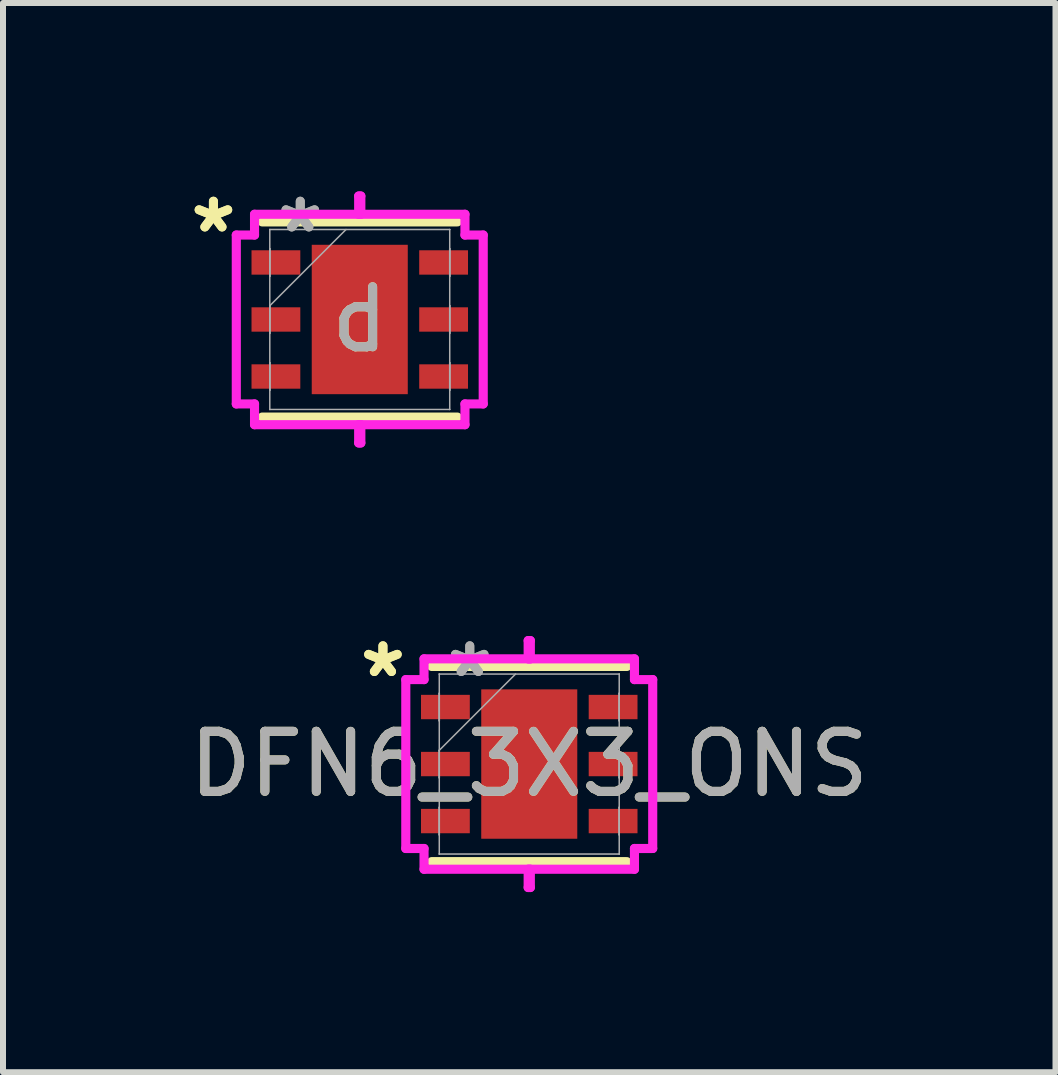
<source format=kicad_pcb>
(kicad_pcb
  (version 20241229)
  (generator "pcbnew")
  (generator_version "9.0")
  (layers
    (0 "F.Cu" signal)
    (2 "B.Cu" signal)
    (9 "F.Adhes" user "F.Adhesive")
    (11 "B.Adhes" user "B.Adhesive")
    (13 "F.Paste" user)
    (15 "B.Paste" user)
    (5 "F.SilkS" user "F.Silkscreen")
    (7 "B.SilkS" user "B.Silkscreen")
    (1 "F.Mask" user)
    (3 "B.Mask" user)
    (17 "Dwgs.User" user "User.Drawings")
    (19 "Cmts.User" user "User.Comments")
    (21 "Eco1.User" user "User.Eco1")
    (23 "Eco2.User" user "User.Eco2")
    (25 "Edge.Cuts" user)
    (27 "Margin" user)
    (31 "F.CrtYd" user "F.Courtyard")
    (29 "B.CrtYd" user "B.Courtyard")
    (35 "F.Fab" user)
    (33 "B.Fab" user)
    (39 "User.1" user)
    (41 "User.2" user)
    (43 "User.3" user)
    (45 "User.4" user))
  (footprint "d"
    (layer "F.Cu")
    (at 2.944 2.273)
    (property "Reference" "d" (at 0 0 0) (unlocked yes) (layer "F.SilkS") (effects (font (size 1 1) (thickness 0.15))))
    (attr smd)
    (fp_line (start -1.626 1.626) (end 1.626 1.626) (stroke (width 0.152) (type solid)) (layer "F.SilkS"))
    (fp_line (start 1.626 -1.626) (end -1.626 -1.626) (stroke (width 0.152) (type solid)) (layer "F.SilkS"))
    (fp_line (start -2.057 -1.407) (end -1.753 -1.407) (stroke (width 0.152) (type solid)) (layer "F.CrtYd"))
    (fp_line (start -2.057 1.407) (end -2.057 -1.407) (stroke (width 0.152) (type solid)) (layer "F.CrtYd"))
    (fp_line (start -1.753 -1.753) (end 0.018 -1.753) (stroke (width 0.152) (type solid)) (layer "F.CrtYd"))
    (fp_line (start -1.753 -1.407) (end -1.753 -1.753) (stroke (width 0.152) (type solid)) (layer "F.CrtYd"))
    (fp_line (start -1.753 1.407) (end -2.057 1.407) (stroke (width 0.152) (type solid)) (layer "F.CrtYd"))
    (fp_line (start -1.753 1.753) (end -1.753 1.407) (stroke (width 0.152) (type solid)) (layer "F.CrtYd"))
    (fp_line (start -0.018 -2.057) (end -0.018 -1.753) (stroke (width 0.152) (type solid)) (layer "F.CrtYd"))
    (fp_line (start -0.018 -1.753) (end 1.753 -1.753) (stroke (width 0.152) (type solid)) (layer "F.CrtYd"))
    (fp_line (start -0.018 1.753) (end -0.018 2.057) (stroke (width 0.152) (type solid)) (layer "F.CrtYd"))
    (fp_line (start -0.018 2.057) (end 0.018 2.057) (stroke (width 0.152) (type solid)) (layer "F.CrtYd"))
    (fp_line (start 0.018 -2.057) (end -0.018 -2.057) (stroke (width 0.152) (type solid)) (layer "F.CrtYd"))
    (fp_line (start 0.018 -1.753) (end 0.018 -2.057) (stroke (width 0.152) (type solid)) (layer "F.CrtYd"))
    (fp_line (start 0.018 1.753) (end -1.753 1.753) (stroke (width 0.152) (type solid)) (layer "F.CrtYd"))
    (fp_line (start 0.018 2.057) (end 0.018 1.753) (stroke (width 0.152) (type solid)) (layer "F.CrtYd"))
    (fp_line (start 1.753 -1.753) (end 1.753 -1.407) (stroke (width 0.152) (type solid)) (layer "F.CrtYd"))
    (fp_line (start 1.753 -1.407) (end 2.057 -1.407) (stroke (width 0.152) (type solid)) (layer "F.CrtYd"))
    (fp_line (start 1.753 1.407) (end 1.753 1.753) (stroke (width 0.152) (type solid)) (layer "F.CrtYd"))
    (fp_line (start 1.753 1.753) (end -0.018 1.753) (stroke (width 0.152) (type solid)) (layer "F.CrtYd"))
    (fp_line (start 2.057 -1.407) (end 2.057 1.407) (stroke (width 0.152) (type solid)) (layer "F.CrtYd"))
    (fp_line (start 2.057 1.407) (end 1.753 1.407) (stroke (width 0.152) (type solid)) (layer "F.CrtYd"))
    (fp_line (start -1.499 -1.499) (end -1.499 -1.499) (stroke (width 0.025) (type solid)) (layer "F.Fab"))
    (fp_line (start -1.499 -1.499) (end -1.499 1.499) (stroke (width 0.025) (type solid)) (layer "F.Fab"))
    (fp_line (start -1.499 -1.179) (end -1.499 -1.179) (stroke (width 0.025) (type solid)) (layer "F.Fab"))
    (fp_line (start -1.499 -1.179) (end -1.499 -0.721) (stroke (width 0.025) (type solid)) (layer "F.Fab"))
    (fp_line (start -1.499 -0.721) (end -1.499 -1.179) (stroke (width 0.025) (type solid)) (layer "F.Fab"))
    (fp_line (start -1.499 -0.721) (end -1.499 -0.721) (stroke (width 0.025) (type solid)) (layer "F.Fab"))
    (fp_line (start -1.499 -0.229) (end -1.499 -0.229) (stroke (width 0.025) (type solid)) (layer "F.Fab"))
    (fp_line (start -1.499 -0.229) (end -1.499 0.229) (stroke (width 0.025) (type solid)) (layer "F.Fab"))
    (fp_line (start -1.499 -0.229) (end -0.229 -1.499) (stroke (width 0.025) (type solid)) (layer "F.Fab"))
    (fp_line (start -1.499 0.229) (end -1.499 -0.229) (stroke (width 0.025) (type solid)) (layer "F.Fab"))
    (fp_line (start -1.499 0.229) (end -1.499 0.229) (stroke (width 0.025) (type solid)) (layer "F.Fab"))
    (fp_line (start -1.499 0.721) (end -1.499 0.721) (stroke (width 0.025) (type solid)) (layer "F.Fab"))
    (fp_line (start -1.499 0.721) (end -1.499 1.179) (stroke (width 0.025) (type solid)) (layer "F.Fab"))
    (fp_line (start -1.499 1.179) (end -1.499 0.721) (stroke (width 0.025) (type solid)) (layer "F.Fab"))
    (fp_line (start -1.499 1.179) (end -1.499 1.179) (stroke (width 0.025) (type solid)) (layer "F.Fab"))
    (fp_line (start -1.499 1.499) (end -1.499 1.499) (stroke (width 0.025) (type solid)) (layer "F.Fab"))
    (fp_line (start -1.499 1.499) (end 1.499 1.499) (stroke (width 0.025) (type solid)) (layer "F.Fab"))
    (fp_line (start 1.499 -1.499) (end -1.499 -1.499) (stroke (width 0.025) (type solid)) (layer "F.Fab"))
    (fp_line (start 1.499 -1.499) (end 1.499 -1.499) (stroke (width 0.025) (type solid)) (layer "F.Fab"))
    (fp_line (start 1.499 -1.179) (end 1.499 -1.179) (stroke (width 0.025) (type solid)) (layer "F.Fab"))
    (fp_line (start 1.499 -1.179) (end 1.499 -0.721) (stroke (width 0.025) (type solid)) (layer "F.Fab"))
    (fp_line (start 1.499 -0.721) (end 1.499 -1.179) (stroke (width 0.025) (type solid)) (layer "F.Fab"))
    (fp_line (start 1.499 -0.721) (end 1.499 -0.721) (stroke (width 0.025) (type solid)) (layer "F.Fab"))
    (fp_line (start 1.499 -0.229) (end 1.499 -0.229) (stroke (width 0.025) (type solid)) (layer "F.Fab"))
    (fp_line (start 1.499 -0.229) (end 1.499 0.229) (stroke (width 0.025) (type solid)) (layer "F.Fab"))
    (fp_line (start 1.499 0.229) (end 1.499 -0.229) (stroke (width 0.025) (type solid)) (layer "F.Fab"))
    (fp_line (start 1.499 0.229) (end 1.499 0.229) (stroke (width 0.025) (type solid)) (layer "F.Fab"))
    (fp_line (start 1.499 0.721) (end 1.499 0.721) (stroke (width 0.025) (type solid)) (layer "F.Fab"))
    (fp_line (start 1.499 0.721) (end 1.499 1.179) (stroke (width 0.025) (type solid)) (layer "F.Fab"))
    (fp_line (start 1.499 1.179) (end 1.499 0.721) (stroke (width 0.025) (type solid)) (layer "F.Fab"))
    (fp_line (start 1.499 1.179) (end 1.499 1.179) (stroke (width 0.025) (type solid)) (layer "F.Fab"))
    (fp_line (start 1.499 1.499) (end 1.499 -1.499) (stroke (width 0.025) (type solid)) (layer "F.Fab"))
    (fp_line (start 1.499 1.499) (end 1.499 1.499) (stroke (width 0.025) (type solid)) (layer "F.Fab"))
    (fp_text user "*" (at -2.438 -1.425 0) (unlocked yes) (layer "F.SilkS") (effects (font (size 1 1) (thickness 0.15))))
    (fp_text user "*" (at -2.438 -1.425 0) (layer "F.SilkS") (effects (font (size 1 1) (thickness 0.15))))
    (fp_text user "*" (at -0.991 -1.425 0) (unlocked yes) (layer "F.Fab") (effects (font (size 1 1) (thickness 0.15))))
    (fp_text user "*" (at -0.991 -1.425 0) (layer "F.Fab") (effects (font (size 1 1) (thickness 0.15))))
    (fp_text user "${REFERENCE}" (at 0 0 0) (unlocked yes) (layer "F.Fab") (effects (font (size 1 1) (thickness 0.15))))
    (pad "1" smd rect (at -1.397 -0.95 90) (size 0.406 0.813) (layers "F.Cu" "F.Mask" "F.Paste"))
    (pad "2" smd rect (at -1.397 0 90) (size 0.406 0.813) (layers "F.Cu" "F.Mask" "F.Paste"))
    (pad "3" smd rect (at -1.397 0.95 90) (size 0.406 0.813) (layers "F.Cu" "F.Mask" "F.Paste"))
    (pad "4" smd rect (at 1.397 0.95 90) (size 0.406 0.813) (layers "F.Cu" "F.Mask" "F.Paste"))
    (pad "5" smd rect (at 1.397 0 90) (size 0.406 0.813) (layers "F.Cu" "F.Mask" "F.Paste"))
    (pad "6" smd rect (at 1.397 -0.95 90) (size 0.406 0.813) (layers "F.Cu" "F.Mask" "F.Paste"))
    (pad "7" smd rect (at 0 0) (size 1.6 2.489) (layers "F.Cu" "F.Mask" "F.Paste")))
  (footprint "DFN6_3X3_ONS"
    (layer "F.Cu")
    (at 5.768 9.68)
    (property "Reference" "DFN6_3X3_ONS" (at 0 0 0) (unlocked yes) (layer "F.SilkS") (effects (font (size 1 1) (thickness 0.15))))
    (attr smd)
    (fp_line (start -1.626 1.626) (end 1.626 1.626) (stroke (width 0.152) (type solid)) (layer "F.SilkS"))
    (fp_line (start 1.626 -1.626) (end -1.626 -1.626) (stroke (width 0.152) (type solid)) (layer "F.SilkS"))
    (fp_line (start -2.057 -1.407) (end -1.753 -1.407) (stroke (width 0.152) (type solid)) (layer "F.CrtYd"))
    (fp_line (start -2.057 1.407) (end -2.057 -1.407) (stroke (width 0.152) (type solid)) (layer "F.CrtYd"))
    (fp_line (start -1.753 -1.753) (end 0.018 -1.753) (stroke (width 0.152) (type solid)) (layer "F.CrtYd"))
    (fp_line (start -1.753 -1.407) (end -1.753 -1.753) (stroke (width 0.152) (type solid)) (layer "F.CrtYd"))
    (fp_line (start -1.753 1.407) (end -2.057 1.407) (stroke (width 0.152) (type solid)) (layer "F.CrtYd"))
    (fp_line (start -1.753 1.753) (end -1.753 1.407) (stroke (width 0.152) (type solid)) (layer "F.CrtYd"))
    (fp_line (start -0.018 -2.057) (end -0.018 -1.753) (stroke (width 0.152) (type solid)) (layer "F.CrtYd"))
    (fp_line (start -0.018 -1.753) (end 1.753 -1.753) (stroke (width 0.152) (type solid)) (layer "F.CrtYd"))
    (fp_line (start -0.018 1.753) (end -0.018 2.057) (stroke (width 0.152) (type solid)) (layer "F.CrtYd"))
    (fp_line (start -0.018 2.057) (end 0.018 2.057) (stroke (width 0.152) (type solid)) (layer "F.CrtYd"))
    (fp_line (start 0.018 -2.057) (end -0.018 -2.057) (stroke (width 0.152) (type solid)) (layer "F.CrtYd"))
    (fp_line (start 0.018 -1.753) (end 0.018 -2.057) (stroke (width 0.152) (type solid)) (layer "F.CrtYd"))
    (fp_line (start 0.018 1.753) (end -1.753 1.753) (stroke (width 0.152) (type solid)) (layer "F.CrtYd"))
    (fp_line (start 0.018 2.057) (end 0.018 1.753) (stroke (width 0.152) (type solid)) (layer "F.CrtYd"))
    (fp_line (start 1.753 -1.753) (end 1.753 -1.407) (stroke (width 0.152) (type solid)) (layer "F.CrtYd"))
    (fp_line (start 1.753 -1.407) (end 2.057 -1.407) (stroke (width 0.152) (type solid)) (layer "F.CrtYd"))
    (fp_line (start 1.753 1.407) (end 1.753 1.753) (stroke (width 0.152) (type solid)) (layer "F.CrtYd"))
    (fp_line (start 1.753 1.753) (end -0.018 1.753) (stroke (width 0.152) (type solid)) (layer "F.CrtYd"))
    (fp_line (start 2.057 -1.407) (end 2.057 1.407) (stroke (width 0.152) (type solid)) (layer "F.CrtYd"))
    (fp_line (start 2.057 1.407) (end 1.753 1.407) (stroke (width 0.152) (type solid)) (layer "F.CrtYd"))
    (fp_line (start -1.499 -1.499) (end -1.499 -1.499) (stroke (width 0.025) (type solid)) (layer "F.Fab"))
    (fp_line (start -1.499 -1.499) (end -1.499 1.499) (stroke (width 0.025) (type solid)) (layer "F.Fab"))
    (fp_line (start -1.499 -1.179) (end -1.499 -1.179) (stroke (width 0.025) (type solid)) (layer "F.Fab"))
    (fp_line (start -1.499 -1.179) (end -1.499 -0.721) (stroke (width 0.025) (type solid)) (layer "F.Fab"))
    (fp_line (start -1.499 -0.721) (end -1.499 -1.179) (stroke (width 0.025) (type solid)) (layer "F.Fab"))
    (fp_line (start -1.499 -0.721) (end -1.499 -0.721) (stroke (width 0.025) (type solid)) (layer "F.Fab"))
    (fp_line (start -1.499 -0.229) (end -1.499 -0.229) (stroke (width 0.025) (type solid)) (layer "F.Fab"))
    (fp_line (start -1.499 -0.229) (end -1.499 0.229) (stroke (width 0.025) (type solid)) (layer "F.Fab"))
    (fp_line (start -1.499 -0.229) (end -0.229 -1.499) (stroke (width 0.025) (type solid)) (layer "F.Fab"))
    (fp_line (start -1.499 0.229) (end -1.499 -0.229) (stroke (width 0.025) (type solid)) (layer "F.Fab"))
    (fp_line (start -1.499 0.229) (end -1.499 0.229) (stroke (width 0.025) (type solid)) (layer "F.Fab"))
    (fp_line (start -1.499 0.721) (end -1.499 0.721) (stroke (width 0.025) (type solid)) (layer "F.Fab"))
    (fp_line (start -1.499 0.721) (end -1.499 1.179) (stroke (width 0.025) (type solid)) (layer "F.Fab"))
    (fp_line (start -1.499 1.179) (end -1.499 0.721) (stroke (width 0.025) (type solid)) (layer "F.Fab"))
    (fp_line (start -1.499 1.179) (end -1.499 1.179) (stroke (width 0.025) (type solid)) (layer "F.Fab"))
    (fp_line (start -1.499 1.499) (end -1.499 1.499) (stroke (width 0.025) (type solid)) (layer "F.Fab"))
    (fp_line (start -1.499 1.499) (end 1.499 1.499) (stroke (width 0.025) (type solid)) (layer "F.Fab"))
    (fp_line (start 1.499 -1.499) (end -1.499 -1.499) (stroke (width 0.025) (type solid)) (layer "F.Fab"))
    (fp_line (start 1.499 -1.499) (end 1.499 -1.499) (stroke (width 0.025) (type solid)) (layer "F.Fab"))
    (fp_line (start 1.499 -1.179) (end 1.499 -1.179) (stroke (width 0.025) (type solid)) (layer "F.Fab"))
    (fp_line (start 1.499 -1.179) (end 1.499 -0.721) (stroke (width 0.025) (type solid)) (layer "F.Fab"))
    (fp_line (start 1.499 -0.721) (end 1.499 -1.179) (stroke (width 0.025) (type solid)) (layer "F.Fab"))
    (fp_line (start 1.499 -0.721) (end 1.499 -0.721) (stroke (width 0.025) (type solid)) (layer "F.Fab"))
    (fp_line (start 1.499 -0.229) (end 1.499 -0.229) (stroke (width 0.025) (type solid)) (layer "F.Fab"))
    (fp_line (start 1.499 -0.229) (end 1.499 0.229) (stroke (width 0.025) (type solid)) (layer "F.Fab"))
    (fp_line (start 1.499 0.229) (end 1.499 -0.229) (stroke (width 0.025) (type solid)) (layer "F.Fab"))
    (fp_line (start 1.499 0.229) (end 1.499 0.229) (stroke (width 0.025) (type solid)) (layer "F.Fab"))
    (fp_line (start 1.499 0.721) (end 1.499 0.721) (stroke (width 0.025) (type solid)) (layer "F.Fab"))
    (fp_line (start 1.499 0.721) (end 1.499 1.179) (stroke (width 0.025) (type solid)) (layer "F.Fab"))
    (fp_line (start 1.499 1.179) (end 1.499 0.721) (stroke (width 0.025) (type solid)) (layer "F.Fab"))
    (fp_line (start 1.499 1.179) (end 1.499 1.179) (stroke (width 0.025) (type solid)) (layer "F.Fab"))
    (fp_line (start 1.499 1.499) (end 1.499 -1.499) (stroke (width 0.025) (type solid)) (layer "F.Fab"))
    (fp_line (start 1.499 1.499) (end 1.499 1.499) (stroke (width 0.025) (type solid)) (layer "F.Fab"))
    (fp_text user "*" (at -2.438 -1.425 0) (layer "F.SilkS") (effects (font (size 1 1) (thickness 0.15))))
    (fp_text user "*" (at -2.438 -1.425 0) (unlocked yes) (layer "F.SilkS") (effects (font (size 1 1) (thickness 0.15))))
    (fp_text user "*" (at -0.991 -1.425 0) (unlocked yes) (layer "F.Fab") (effects (font (size 1 1) (thickness 0.15))))
    (fp_text user "${REFERENCE}" (at 0 0 0) (unlocked yes) (layer "F.Fab") (effects (font (size 1 1) (thickness 0.15))))
    (fp_text user "*" (at -0.991 -1.425 0) (layer "F.Fab") (effects (font (size 1 1) (thickness 0.15))))
    (pad "1" smd rect (at -1.397 -0.95 90) (size 0.406 0.813) (layers "F.Cu" "F.Mask" "F.Paste"))
    (pad "2" smd rect (at -1.397 0 90) (size 0.406 0.813) (layers "F.Cu" "F.Mask" "F.Paste"))
    (pad "3" smd rect (at -1.397 0.95 90) (size 0.406 0.813) (layers "F.Cu" "F.Mask" "F.Paste"))
    (pad "4" smd rect (at 1.397 0.95 90) (size 0.406 0.813) (layers "F.Cu" "F.Mask" "F.Paste"))
    (pad "5" smd rect (at 1.397 0 90) (size 0.406 0.813) (layers "F.Cu" "F.Mask" "F.Paste"))
    (pad "6" smd rect (at 1.397 -0.95 90) (size 0.406 0.813) (layers "F.Cu" "F.Mask" "F.Paste"))
    (pad "7" smd rect (at 0 0) (size 1.6 2.489) (layers "F.Cu" "F.Mask" "F.Paste")))
  (gr_rect
    (start -3 -3)
    (end 14.536 14.814)
    (stroke (width 0.1) (type default))
    (fill no)
    (layer "Edge.Cuts")))
</source>
